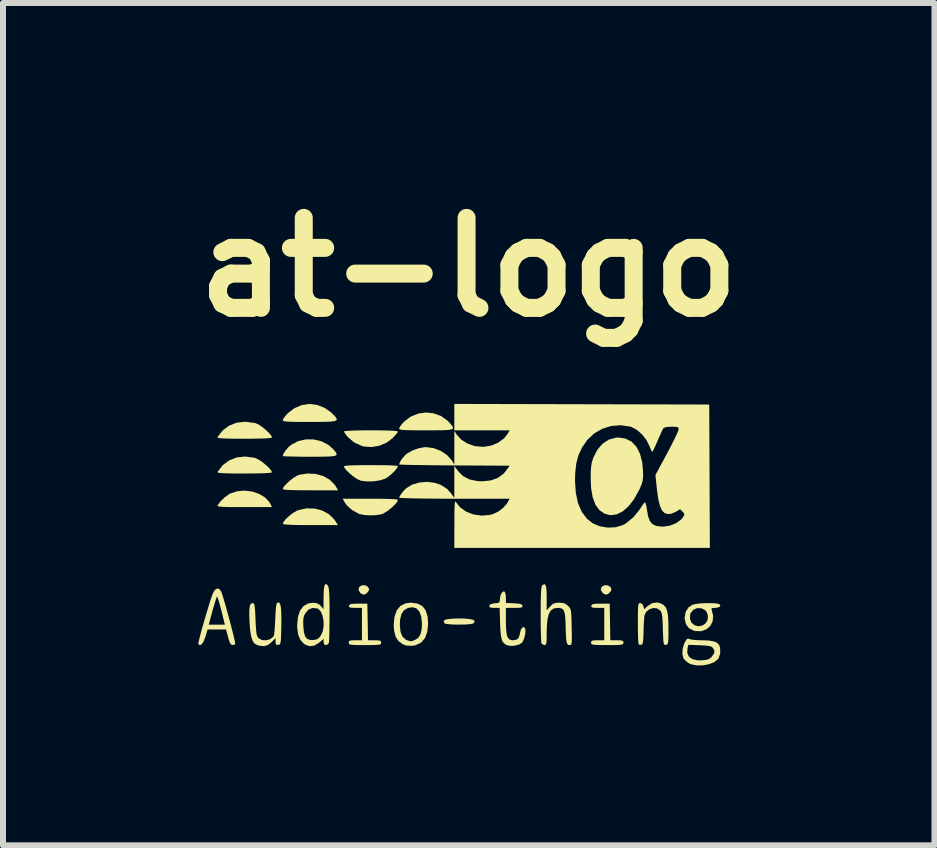
<source format=kicad_pcb>
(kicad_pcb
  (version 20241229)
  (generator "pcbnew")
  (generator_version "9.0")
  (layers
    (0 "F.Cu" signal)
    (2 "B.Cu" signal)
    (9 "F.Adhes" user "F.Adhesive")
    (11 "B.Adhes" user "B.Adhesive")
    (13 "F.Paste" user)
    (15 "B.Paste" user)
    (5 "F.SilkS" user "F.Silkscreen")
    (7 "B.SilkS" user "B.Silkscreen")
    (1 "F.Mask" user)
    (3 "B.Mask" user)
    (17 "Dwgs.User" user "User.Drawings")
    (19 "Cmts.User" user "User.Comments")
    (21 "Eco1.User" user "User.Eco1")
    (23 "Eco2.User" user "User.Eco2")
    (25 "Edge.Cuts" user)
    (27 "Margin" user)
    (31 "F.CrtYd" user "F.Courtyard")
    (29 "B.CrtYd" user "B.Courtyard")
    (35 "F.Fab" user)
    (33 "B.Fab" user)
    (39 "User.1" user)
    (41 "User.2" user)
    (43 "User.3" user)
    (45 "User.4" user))
  (footprint "at-logo"
    (layer "F.Cu")
    (at 4.764 3.304)
    (property "Reference" "at-logo" (at 0 -1.9 0) (layer "F.SilkS") (effects (font (size 1.5 1.5) (thickness 0.3))))
    (attr board_only exclude_from_pos_files exclude_from_bom)
    (fp_poly (pts (xy -1.722 3.405) (xy -1.68 3.429) (xy -1.66 3.468) (xy -1.66 3.473) (xy -1.676 3.51) (xy -1.712 3.545) (xy -1.75 3.56) (xy -1.75 3.56) (xy -1.785 3.547) (xy -1.809 3.529) (xy -1.838 3.481) (xy -1.827 3.437) (xy -1.816 3.424) (xy -1.772 3.402)) (stroke (width 0) (type solid)) (fill yes) (layer "F.SilkS"))
    (fp_poly (pts (xy 2.318 3.405) (xy 2.36 3.429) (xy 2.38 3.468) (xy 2.38 3.473) (xy 2.364 3.51) (xy 2.328 3.545) (xy 2.29 3.56) (xy 2.29 3.56) (xy 2.255 3.547) (xy 2.231 3.529) (xy 2.202 3.481) (xy 2.213 3.437) (xy 2.224 3.424) (xy 2.268 3.402)) (stroke (width 0) (type solid)) (fill yes) (layer "F.SilkS"))
    (fp_poly (pts (xy -2.567 2.125) (xy -2.441 2.158) (xy -2.331 2.218) (xy -2.245 2.302) (xy -2.233 2.319) (xy -2.179 2.4) (xy -2.64 2.4) (xy -2.806 2.399) (xy -2.936 2.397) (xy -3.029 2.392) (xy -3.084 2.386) (xy -3.1 2.38) (xy -3.084 2.342) (xy -3.043 2.293) (xy -2.985 2.24) (xy -2.92 2.192) (xy -2.857 2.157) (xy -2.836 2.149) (xy -2.702 2.121)) (stroke (width 0) (type solid)) (fill yes) (layer "F.SilkS"))
    (fp_poly (pts (xy -2.552 1.547) (xy -2.426 1.582) (xy -2.317 1.644) (xy -2.233 1.728) (xy -2.214 1.758) (xy -2.178 1.82) (xy -2.639 1.82) (xy -2.8 1.819) (xy -2.923 1.817) (xy -3.012 1.814) (xy -3.069 1.809) (xy -3.096 1.802) (xy -3.1 1.797) (xy -3.085 1.763) (xy -3.044 1.717) (xy -2.989 1.665) (xy -2.927 1.616) (xy -2.868 1.579) (xy -2.83 1.562) (xy -2.69 1.54)) (stroke (width 0) (type solid)) (fill yes) (layer "F.SilkS"))
    (fp_poly (pts (xy -3.608 1.841) (xy -3.493 1.88) (xy -3.396 1.939) (xy -3.324 2.016) (xy -3.31 2.04) (xy -3.279 2.1) (xy -3.74 2.1) (xy -3.887 2.1) (xy -3.999 2.099) (xy -4.08 2.097) (xy -4.135 2.094) (xy -4.167 2.09) (xy -4.183 2.083) (xy -4.186 2.074) (xy -4.182 2.065) (xy -4.138 2.005) (xy -4.073 1.942) (xy -4.002 1.889) (xy -3.97 1.871) (xy -3.855 1.835) (xy -3.732 1.825)) (stroke (width 0) (type solid)) (fill yes) (layer "F.SilkS"))
    (fp_poly (pts (xy -0.084 3.958) (xy -0.004 3.964) (xy 0.057 3.974) (xy 0.091 3.988) (xy 0.094 3.992) (xy 0.096 4.019) (xy 0.077 4.039) (xy 0.03 4.051) (xy -0.047 4.057) (xy -0.159 4.059) (xy -0.16 4.059) (xy -0.25 4.058) (xy -0.326 4.053) (xy -0.38 4.047) (xy -0.398 4.042) (xy -0.416 4.011) (xy -0.414 3.992) (xy -0.389 3.977) (xy -0.334 3.966) (xy -0.258 3.959) (xy -0.171 3.956)) (stroke (width 0) (type solid)) (fill yes) (layer "F.SilkS"))
    (fp_poly (pts (xy -1.48 1.961) (xy -1.357 1.963) (xy -1.268 1.966) (xy -1.211 1.971) (xy -1.184 1.978) (xy -1.18 1.983) (xy -1.195 2.017) (xy -1.236 2.063) (xy -1.291 2.115) (xy -1.353 2.164) (xy -1.412 2.201) (xy -1.45 2.218) (xy -1.542 2.234) (xy -1.646 2.238) (xy -1.746 2.231) (xy -1.827 2.213) (xy -1.839 2.208) (xy -1.946 2.148) (xy -2.031 2.072) (xy -2.066 2.022) (xy -2.102 1.96) (xy -1.641 1.96)) (stroke (width 0) (type solid)) (fill yes) (layer "F.SilkS"))
    (fp_poly (pts (xy -3.583 1.276) (xy -3.552 1.284) (xy -3.503 1.308) (xy -3.443 1.348) (xy -3.381 1.398) (xy -3.327 1.449) (xy -3.291 1.493) (xy -3.28 1.519) (xy -3.3 1.527) (xy -3.359 1.533) (xy -3.458 1.537) (xy -3.597 1.539) (xy -3.741 1.54) (xy -3.894 1.54) (xy -4.01 1.538) (xy -4.094 1.535) (xy -4.149 1.531) (xy -4.179 1.526) (xy -4.189 1.518) (xy -4.188 1.515) (xy -4.104 1.404) (xy -3.996 1.323) (xy -3.87 1.273) (xy -3.73 1.257)) (stroke (width 0) (type solid)) (fill yes) (layer "F.SilkS"))
    (fp_poly (pts (xy -3.577 0.696) (xy -3.55 0.702) (xy -3.5 0.725) (xy -3.44 0.766) (xy -3.379 0.816) (xy -3.326 0.867) (xy -3.29 0.912) (xy -3.28 0.937) (xy -3.293 0.945) (xy -3.334 0.951) (xy -3.405 0.956) (xy -3.51 0.958) (xy -3.651 0.96) (xy -3.741 0.96) (xy -3.894 0.96) (xy -4.01 0.958) (xy -4.094 0.955) (xy -4.149 0.951) (xy -4.179 0.946) (xy -4.189 0.938) (xy -4.188 0.935) (xy -4.104 0.824) (xy -3.996 0.743) (xy -3.869 0.693) (xy -3.727 0.677)) (stroke (width 0) (type solid)) (fill yes) (layer "F.SilkS"))
    (fp_poly (pts (xy -2.581 0.972) (xy -2.453 1.004) (xy -2.338 1.063) (xy -2.261 1.132) (xy -2.227 1.171) (xy -2.206 1.202) (xy -2.201 1.224) (xy -2.215 1.24) (xy -2.253 1.25) (xy -2.317 1.256) (xy -2.412 1.259) (xy -2.541 1.26) (xy -2.65 1.26) (xy -2.779 1.26) (xy -2.894 1.258) (xy -2.989 1.256) (xy -3.058 1.254) (xy -3.095 1.251) (xy -3.1 1.249) (xy -3.086 1.206) (xy -3.049 1.151) (xy -2.999 1.095) (xy -2.958 1.061) (xy -2.843 1) (xy -2.714 0.971)) (stroke (width 0) (type solid)) (fill yes) (layer "F.SilkS"))
    (fp_poly (pts (xy -1.465 0.821) (xy -1.337 0.824) (xy -1.246 0.828) (xy -1.194 0.834) (xy -1.18 0.841) (xy -1.193 0.864) (xy -1.228 0.906) (xy -1.268 0.949) (xy -1.371 1.027) (xy -1.494 1.078) (xy -1.625 1.099) (xy -1.753 1.089) (xy -1.78 1.081) (xy -1.91 1.022) (xy -2.017 0.931) (xy -2.017 0.93) (xy -2.054 0.884) (xy -2.077 0.849) (xy -2.08 0.839) (xy -2.061 0.833) (xy -2.004 0.828) (xy -1.915 0.824) (xy -1.795 0.821) (xy -1.648 0.82) (xy -1.63 0.82)) (stroke (width 0) (type solid)) (fill yes) (layer "F.SilkS"))
    (fp_poly (pts (xy -0.582 0.537) (xy -0.459 0.583) (xy -0.352 0.659) (xy -0.323 0.69) (xy -0.289 0.73) (xy -0.267 0.761) (xy -0.261 0.784) (xy -0.275 0.8) (xy -0.312 0.81) (xy -0.376 0.816) (xy -0.47 0.819) (xy -0.599 0.82) (xy -0.71 0.82) (xy -0.857 0.82) (xy -0.969 0.819) (xy -1.05 0.816) (xy -1.105 0.813) (xy -1.138 0.807) (xy -1.155 0.8) (xy -1.16 0.79) (xy -1.16 0.789) (xy -1.147 0.76) (xy -1.112 0.714) (xy -1.072 0.67) (xy -0.964 0.59) (xy -0.842 0.541) (xy -0.712 0.523)) (stroke (width 0) (type solid)) (fill yes) (layer "F.SilkS"))
    (fp_poly (pts (xy -2.525 0.397) (xy -2.403 0.445) (xy -2.299 0.517) (xy -2.285 0.53) (xy -2.24 0.575) (xy -2.21 0.611) (xy -2.199 0.637) (xy -2.209 0.656) (xy -2.243 0.668) (xy -2.305 0.675) (xy -2.399 0.679) (xy -2.527 0.68) (xy -2.65 0.68) (xy -2.797 0.68) (xy -2.909 0.679) (xy -2.99 0.676) (xy -3.045 0.673) (xy -3.078 0.667) (xy -3.095 0.66) (xy -3.1 0.65) (xy -3.1 0.649) (xy -3.087 0.62) (xy -3.052 0.574) (xy -3.012 0.531) (xy -2.907 0.452) (xy -2.783 0.399) (xy -2.653 0.38) (xy -2.65 0.38)) (stroke (width 0) (type solid)) (fill yes) (layer "F.SilkS"))
    (fp_poly (pts (xy -1.501 1.401) (xy -1.386 1.402) (xy -1.291 1.405) (xy -1.222 1.409) (xy -1.185 1.413) (xy -1.18 1.415) (xy -1.195 1.448) (xy -1.232 1.495) (xy -1.284 1.547) (xy -1.34 1.593) (xy -1.387 1.624) (xy -1.474 1.653) (xy -1.582 1.67) (xy -1.695 1.673) (xy -1.796 1.66) (xy -1.808 1.656) (xy -1.857 1.634) (xy -1.917 1.594) (xy -1.978 1.545) (xy -2.032 1.494) (xy -2.069 1.45) (xy -2.08 1.424) (xy -2.069 1.415) (xy -2.033 1.409) (xy -1.968 1.405) (xy -1.873 1.402) (xy -1.743 1.4) (xy -1.63 1.4)) (stroke (width 0) (type solid)) (fill yes) (layer "F.SilkS"))
    (fp_poly (pts (xy 2.614 0.958) (xy 2.715 1.009) (xy 2.795 1.093) (xy 2.855 1.209) (xy 2.893 1.354) (xy 2.907 1.516) (xy 2.907 1.597) (xy 2.9 1.66) (xy 2.883 1.719) (xy 2.852 1.792) (xy 2.836 1.825) (xy 2.753 1.973) (xy 2.662 2.089) (xy 2.565 2.173) (xy 2.464 2.222) (xy 2.363 2.235) (xy 2.269 2.212) (xy 2.181 2.153) (xy 2.113 2.062) (xy 2.067 1.939) (xy 2.04 1.781) (xy 2.033 1.61) (xy 2.035 1.499) (xy 2.042 1.416) (xy 2.054 1.349) (xy 2.075 1.285) (xy 2.079 1.273) (xy 2.146 1.142) (xy 2.234 1.041) (xy 2.337 0.974) (xy 2.455 0.943) (xy 2.496 0.94)) (stroke (width 0) (type solid)) (fill yes) (layer "F.SilkS"))
    (fp_poly (pts (xy -1.684 4.015) (xy -1.679 4.32) (xy -1.569 4.32) (xy -1.506 4.322) (xy -1.473 4.329) (xy -1.461 4.346) (xy -1.46 4.36) (xy -1.462 4.376) (xy -1.473 4.387) (xy -1.498 4.394) (xy -1.544 4.398) (xy -1.618 4.4) (xy -1.725 4.4) (xy -1.73 4.4) (xy -1.838 4.4) (xy -1.913 4.398) (xy -1.961 4.394) (xy -1.987 4.388) (xy -1.998 4.377) (xy -2 4.361) (xy -2 4.36) (xy -1.995 4.337) (xy -1.975 4.325) (xy -1.929 4.32) (xy -1.89 4.32) (xy -1.78 4.32) (xy -1.78 4.05) (xy -1.78 3.78) (xy -1.891 3.78) (xy -1.955 3.778) (xy -1.988 3.771) (xy -1.997 3.756) (xy -1.996 3.745) (xy -1.987 3.727) (xy -1.962 3.716) (xy -1.913 3.711) (xy -1.84 3.71) (xy -1.69 3.71)) (stroke (width 0) (type solid)) (fill yes) (layer "F.SilkS"))
    (fp_poly (pts (xy 2.356 4.015) (xy 2.361 4.32) (xy 2.471 4.32) (xy 2.534 4.322) (xy 2.567 4.329) (xy 2.579 4.346) (xy 2.58 4.36) (xy 2.578 4.376) (xy 2.567 4.387) (xy 2.542 4.394) (xy 2.496 4.398) (xy 2.422 4.4) (xy 2.315 4.4) (xy 2.31 4.4) (xy 2.202 4.4) (xy 2.127 4.398) (xy 2.079 4.394) (xy 2.053 4.388) (xy 2.042 4.377) (xy 2.04 4.361) (xy 2.04 4.36) (xy 2.045 4.337) (xy 2.065 4.325) (xy 2.111 4.32) (xy 2.15 4.32) (xy 2.26 4.32) (xy 2.26 4.05) (xy 2.26 3.78) (xy 2.149 3.78) (xy 2.085 3.778) (xy 2.052 3.771) (xy 2.043 3.756) (xy 2.044 3.745) (xy 2.053 3.727) (xy 2.078 3.716) (xy 2.127 3.711) (xy 2.2 3.71) (xy 2.35 3.71)) (stroke (width 0) (type solid)) (fill yes) (layer "F.SilkS"))
    (fp_poly (pts (xy -0.857 3.707) (xy -0.774 3.749) (xy -0.718 3.82) (xy -0.686 3.922) (xy -0.676 4.041) (xy -0.69 4.177) (xy -0.728 4.282) (xy -0.793 4.358) (xy -0.883 4.402) (xy -0.943 4.413) (xy -1.043 4.408) (xy -1.099 4.386) (xy -1.172 4.333) (xy -1.219 4.259) (xy -1.244 4.159) (xy -1.25 4.065) (xy -1.148 4.065) (xy -1.137 4.179) (xy -1.104 4.26) (xy -1.049 4.31) (xy -1.018 4.323) (xy -0.981 4.333) (xy -0.968 4.338) (xy -0.95 4.334) (xy -0.909 4.32) (xy -0.902 4.318) (xy -0.842 4.281) (xy -0.803 4.219) (xy -0.783 4.127) (xy -0.78 4.05) (xy -0.79 3.931) (xy -0.821 3.843) (xy -0.871 3.789) (xy -0.938 3.769) (xy -1.013 3.781) (xy -1.078 3.819) (xy -1.122 3.883) (xy -1.144 3.977) (xy -1.148 4.065) (xy -1.25 4.065) (xy -1.25 4.06) (xy -1.237 3.926) (xy -1.199 3.821) (xy -1.137 3.747) (xy -1.052 3.704) (xy -0.965 3.693)) (stroke (width 0) (type solid)) (fill yes) (layer "F.SilkS"))
    (fp_poly (pts (xy 4.106 3.704) (xy 4.161 3.712) (xy 4.178 3.718) (xy 4.196 3.742) (xy 4.181 3.764) (xy 4.139 3.778) (xy 4.107 3.78) (xy 4.061 3.783) (xy 4.046 3.795) (xy 4.051 3.815) (xy 4.076 3.914) (xy 4.066 4.005) (xy 4.027 4.081) (xy 3.963 4.137) (xy 3.879 4.168) (xy 3.781 4.167) (xy 3.746 4.158) (xy 3.669 4.117) (xy 3.62 4.048) (xy 3.603 3.968) (xy 3.689 3.968) (xy 3.716 4.029) (xy 3.766 4.07) (xy 3.828 4.087) (xy 3.896 4.074) (xy 3.949 4.038) (xy 3.982 3.982) (xy 3.988 3.914) (xy 3.969 3.85) (xy 3.942 3.817) (xy 3.875 3.785) (xy 3.805 3.785) (xy 3.743 3.813) (xy 3.7 3.867) (xy 3.691 3.893) (xy 3.689 3.968) (xy 3.603 3.968) (xy 3.6 3.956) (xy 3.6 3.947) (xy 3.616 3.848) (xy 3.663 3.773) (xy 3.733 3.727) (xy 3.783 3.715) (xy 3.856 3.706) (xy 3.942 3.701) (xy 4.03 3.701)) (stroke (width 0) (type solid)) (fill yes) (layer "F.SilkS"))
    (fp_poly (pts (xy 3.676 4.298) (xy 3.679 4.3) (xy 3.716 4.309) (xy 3.781 4.316) (xy 3.862 4.32) (xy 3.89 4.32) (xy 4.008 4.325) (xy 4.092 4.34) (xy 4.147 4.367) (xy 4.18 4.41) (xy 4.191 4.448) (xy 4.193 4.54) (xy 4.166 4.619) (xy 4.154 4.636) (xy 4.093 4.685) (xy 4.006 4.719) (xy 3.906 4.738) (xy 3.804 4.739) (xy 3.712 4.722) (xy 3.666 4.701) (xy 3.618 4.664) (xy 3.583 4.626) (xy 3.581 4.622) (xy 3.562 4.55) (xy 3.563 4.532) (xy 3.643 4.532) (xy 3.672 4.595) (xy 3.732 4.636) (xy 3.823 4.655) (xy 3.888 4.654) (xy 3.961 4.647) (xy 4.007 4.632) (xy 4.043 4.604) (xy 4.053 4.592) (xy 4.09 4.54) (xy 4.097 4.498) (xy 4.074 4.452) (xy 4.072 4.449) (xy 4.052 4.43) (xy 4.021 4.418) (xy 3.97 4.41) (xy 3.89 4.405) (xy 3.852 4.403) (xy 3.662 4.396) (xy 3.648 4.451) (xy 3.643 4.532) (xy 3.563 4.532) (xy 3.567 4.462) (xy 3.594 4.372) (xy 3.601 4.359) (xy 3.628 4.31) (xy 3.651 4.292)) (stroke (width 0) (type solid)) (fill yes) (layer "F.SilkS"))
    (fp_poly (pts (xy -4.157 3.466) (xy -4.124 3.512) (xy -4.123 3.515) (xy -4.107 3.561) (xy -4.085 3.634) (xy -4.058 3.727) (xy -4.028 3.833) (xy -3.997 3.946) (xy -3.967 4.059) (xy -3.94 4.164) (xy -3.917 4.256) (xy -3.901 4.328) (xy -3.892 4.372) (xy -3.892 4.383) (xy -3.918 4.398) (xy -3.939 4.4) (xy -3.962 4.39) (xy -3.983 4.357) (xy -4.005 4.292) (xy -4.011 4.27) (xy -4.046 4.14) (xy -4.199 4.14) (xy -4.353 4.14) (xy -4.391 4.265) (xy -4.421 4.342) (xy -4.453 4.389) (xy -4.484 4.402) (xy -4.508 4.383) (xy -4.506 4.36) (xy -4.493 4.305) (xy -4.473 4.226) (xy -4.447 4.128) (xy -4.427 4.06) (xy -4.334 4.06) (xy -4.199 4.06) (xy -4.065 4.06) (xy -4.125 3.819) (xy -4.149 3.729) (xy -4.17 3.656) (xy -4.187 3.608) (xy -4.197 3.59) (xy -4.197 3.591) (xy -4.207 3.614) (xy -4.224 3.667) (xy -4.247 3.743) (xy -4.272 3.831) (xy -4.334 4.06) (xy -4.427 4.06) (xy -4.416 4.019) (xy -4.383 3.905) (xy -4.349 3.794) (xy -4.318 3.691) (xy -4.289 3.604) (xy -4.268 3.545) (xy -4.235 3.484) (xy -4.195 3.458)) (stroke (width 0) (type solid)) (fill yes) (layer "F.SilkS"))
    (fp_poly (pts (xy -3.145 3.712) (xy -3.133 3.759) (xy -3.126 3.836) (xy -3.123 3.945) (xy -3.124 4.075) (xy -3.127 4.193) (xy -3.129 4.278) (xy -3.133 4.334) (xy -3.139 4.368) (xy -3.148 4.386) (xy -3.162 4.394) (xy -3.175 4.396) (xy -3.207 4.395) (xy -3.219 4.369) (xy -3.22 4.343) (xy -3.22 4.284) (xy -3.288 4.352) (xy -3.349 4.4) (xy -3.414 4.418) (xy -3.495 4.409) (xy -3.519 4.402) (xy -3.565 4.379) (xy -3.6 4.336) (xy -3.624 4.268) (xy -3.642 4.169) (xy -3.653 4.037) (xy -3.658 3.908) (xy -3.658 3.815) (xy -3.65 3.752) (xy -3.635 3.716) (xy -3.612 3.701) (xy -3.603 3.7) (xy -3.588 3.703) (xy -3.577 3.718) (xy -3.569 3.749) (xy -3.563 3.803) (xy -3.558 3.886) (xy -3.555 3.973) (xy -3.549 4.085) (xy -3.543 4.165) (xy -3.536 4.219) (xy -3.525 4.254) (xy -3.511 4.278) (xy -3.503 4.285) (xy -3.448 4.316) (xy -3.38 4.321) (xy -3.313 4.303) (xy -3.262 4.265) (xy -3.248 4.242) (xy -3.242 4.211) (xy -3.236 4.148) (xy -3.23 4.063) (xy -3.225 3.964) (xy -3.225 3.956) (xy -3.219 3.843) (xy -3.213 3.765) (xy -3.204 3.717) (xy -3.192 3.694) (xy -3.188 3.692) (xy -3.164 3.691)) (stroke (width 0) (type solid)) (fill yes) (layer "F.SilkS"))
    (fp_poly (pts (xy 3.206 3.707) (xy 3.251 3.733) (xy 3.284 3.77) (xy 3.307 3.824) (xy 3.321 3.901) (xy 3.328 4.007) (xy 3.33 4.13) (xy 3.33 4.236) (xy 3.328 4.309) (xy 3.324 4.355) (xy 3.317 4.38) (xy 3.305 4.392) (xy 3.287 4.396) (xy 3.287 4.396) (xy 3.27 4.397) (xy 3.258 4.389) (xy 3.25 4.367) (xy 3.245 4.325) (xy 3.241 4.256) (xy 3.237 4.154) (xy 3.237 4.133) (xy 3.233 4.02) (xy 3.228 3.94) (xy 3.22 3.886) (xy 3.21 3.85) (xy 3.195 3.826) (xy 3.191 3.822) (xy 3.137 3.787) (xy 3.072 3.783) (xy 3.008 3.805) (xy 2.956 3.85) (xy 2.93 3.906) (xy 2.926 3.943) (xy 2.921 4.011) (xy 2.917 4.097) (xy 2.915 4.17) (xy 2.912 4.269) (xy 2.907 4.335) (xy 2.899 4.374) (xy 2.888 4.392) (xy 2.879 4.395) (xy 2.843 4.393) (xy 2.834 4.387) (xy 2.829 4.364) (xy 2.825 4.307) (xy 2.822 4.224) (xy 2.82 4.121) (xy 2.82 4.037) (xy 2.82 3.913) (xy 2.821 3.825) (xy 2.824 3.765) (xy 2.829 3.728) (xy 2.837 3.708) (xy 2.848 3.701) (xy 2.86 3.7) (xy 2.897 3.718) (xy 2.912 3.751) (xy 2.925 3.803) (xy 2.978 3.754) (xy 3.057 3.702) (xy 3.141 3.69)) (stroke (width 0) (type solid)) (fill yes) (layer "F.SilkS"))
    (fp_poly (pts (xy 0.597 3.508) (xy 0.611 3.535) (xy 0.619 3.587) (xy 0.62 3.61) (xy 0.62 3.698) (xy 0.755 3.704) (xy 0.829 3.709) (xy 0.872 3.718) (xy 0.892 3.733) (xy 0.896 3.745) (xy 0.895 3.763) (xy 0.878 3.774) (xy 0.836 3.779) (xy 0.763 3.78) (xy 0.761 3.78) (xy 0.62 3.78) (xy 0.62 4.006) (xy 0.623 4.128) (xy 0.632 4.215) (xy 0.649 4.272) (xy 0.677 4.305) (xy 0.716 4.319) (xy 0.736 4.32) (xy 0.797 4.311) (xy 0.832 4.28) (xy 0.852 4.22) (xy 0.854 4.201) (xy 0.87 4.143) (xy 0.894 4.107) (xy 0.921 4.101) (xy 0.939 4.118) (xy 0.947 4.16) (xy 0.941 4.222) (xy 0.924 4.289) (xy 0.9 4.344) (xy 0.885 4.364) (xy 0.833 4.394) (xy 0.761 4.411) (xy 0.685 4.413) (xy 0.629 4.398) (xy 0.591 4.374) (xy 0.564 4.34) (xy 0.546 4.29) (xy 0.534 4.218) (xy 0.526 4.116) (xy 0.523 4.035) (xy 0.516 3.78) (xy 0.427 3.78) (xy 0.371 3.777) (xy 0.346 3.767) (xy 0.344 3.746) (xy 0.344 3.745) (xy 0.362 3.72) (xy 0.408 3.707) (xy 0.435 3.704) (xy 0.488 3.698) (xy 0.513 3.684) (xy 0.52 3.653) (xy 0.52 3.633) (xy 0.528 3.575) (xy 0.55 3.529) (xy 0.577 3.506)) (stroke (width 0) (type solid)) (fill yes) (layer "F.SilkS"))
    (fp_poly (pts (xy -2.37 3.386) (xy -2.347 3.411) (xy -2.338 3.433) (xy -2.331 3.475) (xy -2.325 3.539) (xy -2.322 3.631) (xy -2.32 3.755) (xy -2.32 3.892) (xy -2.321 4.023) (xy -2.322 4.142) (xy -2.324 4.241) (xy -2.327 4.317) (xy -2.331 4.361) (xy -2.332 4.368) (xy -2.36 4.395) (xy -2.382 4.4) (xy -2.412 4.388) (xy -2.42 4.348) (xy -2.42 4.296) (xy -2.491 4.358) (xy -2.571 4.408) (xy -2.652 4.419) (xy -2.73 4.391) (xy -2.75 4.377) (xy -2.808 4.311) (xy -2.844 4.223) (xy -2.859 4.107) (xy -2.86 4.066) (xy -2.853 3.999) (xy -2.759 3.999) (xy -2.757 4.081) (xy -2.757 4.083) (xy -2.747 4.188) (xy -2.726 4.258) (xy -2.691 4.299) (xy -2.638 4.316) (xy -2.592 4.316) (xy -2.531 4.305) (xy -2.49 4.274) (xy -2.466 4.242) (xy -2.434 4.171) (xy -2.419 4.086) (xy -2.42 3.997) (xy -2.436 3.912) (xy -2.465 3.843) (xy -2.505 3.798) (xy -2.527 3.789) (xy -2.608 3.782) (xy -2.672 3.81) (xy -2.716 3.86) (xy -2.741 3.902) (xy -2.754 3.944) (xy -2.759 3.999) (xy -2.853 3.999) (xy -2.847 3.93) (xy -2.811 3.824) (xy -2.752 3.748) (xy -2.672 3.705) (xy -2.596 3.695) (xy -2.531 3.702) (xy -2.485 3.729) (xy -2.466 3.748) (xy -2.42 3.802) (xy -2.42 3.602) (xy -2.417 3.492) (xy -2.408 3.42) (xy -2.393 3.385)) (stroke (width 0) (type solid)) (fill yes) (layer "F.SilkS"))
    (fp_poly (pts (xy 1.278 3.394) (xy 1.291 3.432) (xy 1.298 3.503) (xy 1.3 3.61) (xy 1.3 3.611) (xy 1.3 3.821) (xy 1.357 3.757) (xy 1.4 3.716) (xy 1.444 3.698) (xy 1.508 3.693) (xy 1.577 3.699) (xy 1.625 3.72) (xy 1.656 3.747) (xy 1.677 3.769) (xy 1.692 3.792) (xy 1.702 3.822) (xy 1.708 3.867) (xy 1.712 3.933) (xy 1.715 4.029) (xy 1.716 4.1) (xy 1.719 4.216) (xy 1.719 4.297) (xy 1.717 4.35) (xy 1.712 4.38) (xy 1.704 4.395) (xy 1.69 4.4) (xy 1.682 4.4) (xy 1.66 4.397) (xy 1.644 4.382) (xy 1.633 4.352) (xy 1.625 4.3) (xy 1.62 4.22) (xy 1.616 4.107) (xy 1.616 4.073) (xy 1.611 3.959) (xy 1.602 3.878) (xy 1.586 3.826) (xy 1.56 3.796) (xy 1.522 3.782) (xy 1.481 3.78) (xy 1.417 3.79) (xy 1.369 3.824) (xy 1.334 3.884) (xy 1.313 3.974) (xy 1.302 4.098) (xy 1.3 4.195) (xy 1.299 4.288) (xy 1.297 4.347) (xy 1.291 4.381) (xy 1.28 4.396) (xy 1.263 4.4) (xy 1.262 4.4) (xy 1.225 4.385) (xy 1.212 4.368) (xy 1.209 4.34) (xy 1.206 4.278) (xy 1.203 4.188) (xy 1.201 4.076) (xy 1.2 3.949) (xy 1.2 3.881) (xy 1.2 3.729) (xy 1.202 3.613) (xy 1.205 3.528) (xy 1.209 3.468) (xy 1.215 3.43) (xy 1.223 3.408) (xy 1.229 3.401) (xy 1.258 3.385)) (stroke (width 0) (type solid)) (fill yes) (layer "F.SilkS"))
    (fp_poly (pts (xy 1.885 0.385) (xy 4.01 0.39) (xy 4.015 1.585) (xy 4.02 2.78) (xy 1.89 2.78) (xy -0.24 2.78) (xy -0.239 2.375) (xy -0.239 2.234) (xy -0.237 2.129) (xy -0.234 2.058) (xy -0.229 2.018) (xy -0.223 2.004) (xy -0.217 2.01) (xy -0.143 2.104) (xy -0.042 2.176) (xy 0.078 2.222) (xy 0.211 2.242) (xy 0.347 2.231) (xy 0.402 2.217) (xy 0.487 2.178) (xy 0.57 2.116) (xy 0.634 2.046) (xy 0.651 2.018) (xy 0.681 1.96) (xy -0.239 1.96) (xy -0.427 1.96) (xy -0.602 1.959) (xy -0.76 1.957) (xy -0.897 1.955) (xy -1.01 1.952) (xy -1.094 1.949) (xy -1.145 1.946) (xy -1.16 1.943) (xy -1.148 1.915) (xy -1.118 1.871) (xy -1.08 1.824) (xy -1.043 1.786) (xy -1.04 1.784) (xy -0.943 1.725) (xy -0.824 1.69) (xy -0.695 1.679) (xy -0.566 1.695) (xy -0.466 1.729) (xy -0.36 1.797) (xy -0.301 1.862) (xy -0.24 1.946) (xy -0.24 1.68) (xy -0.24 1.414) (xy -0.182 1.494) (xy -0.096 1.582) (xy 0.013 1.639) (xy 0.148 1.667) (xy 0.22 1.67) (xy 0.325 1.66) (xy 1.772 1.66) (xy 1.785 1.862) (xy 1.823 2.036) (xy 1.886 2.181) (xy 1.973 2.296) (xy 2.071 2.372) (xy 2.189 2.421) (xy 2.318 2.442) (xy 2.448 2.436) (xy 2.567 2.401) (xy 2.621 2.372) (xy 2.748 2.266) (xy 2.855 2.133) (xy 2.873 2.105) (xy 2.905 2.056) (xy 2.931 2.025) (xy 2.94 2.02) (xy 2.95 2.038) (xy 2.962 2.085) (xy 2.97 2.135) (xy 2.99 2.252) (xy 3.021 2.334) (xy 3.066 2.387) (xy 3.132 2.416) (xy 3.222 2.425) (xy 3.244 2.425) (xy 3.353 2.41) (xy 3.455 2.369) (xy 3.538 2.31) (xy 3.573 2.268) (xy 3.594 2.23) (xy 3.589 2.203) (xy 3.565 2.176) (xy 3.523 2.135) (xy 3.452 2.179) (xy 3.371 2.212) (xy 3.316 2.216) (xy 3.264 2.198) (xy 3.221 2.154) (xy 3.188 2.079) (xy 3.161 1.971) (xy 3.14 1.827) (xy 3.137 1.797) (xy 3.113 1.565) (xy 3.307 1.205) (xy 3.365 1.094) (xy 3.417 0.992) (xy 3.458 0.907) (xy 3.487 0.842) (xy 3.5 0.806) (xy 3.5 0.803) (xy 3.496 0.779) (xy 3.479 0.766) (xy 3.438 0.761) (xy 3.382 0.76) (xy 3.308 0.764) (xy 3.259 0.776) (xy 3.246 0.785) (xy 3.23 0.813) (xy 3.204 0.869) (xy 3.171 0.944) (xy 3.149 0.995) (xy 3.115 1.072) (xy 3.086 1.134) (xy 3.066 1.172) (xy 3.059 1.18) (xy 3.047 1.163) (xy 3.027 1.119) (xy 3.01 1.075) (xy 2.96 0.977) (xy 2.887 0.885) (xy 2.801 0.811) (xy 2.713 0.764) (xy 2.697 0.759) (xy 2.538 0.735) (xy 2.38 0.747) (xy 2.229 0.793) (xy 2.093 0.871) (xy 1.979 0.978) (xy 1.975 0.984) (xy 1.891 1.104) (xy 1.831 1.231) (xy 1.793 1.373) (xy 1.775 1.539) (xy 1.772 1.66) (xy 0.325 1.66) (xy 0.366 1.656) (xy 0.486 1.613) (xy 0.583 1.541) (xy 0.623 1.492) (xy 0.683 1.41) (xy -0.239 1.405) (xy -0.426 1.404) (xy -0.601 1.402) (xy -0.759 1.4) (xy -0.896 1.398) (xy -1.009 1.396) (xy -1.093 1.393) (xy -1.145 1.391) (xy -1.16 1.389) (xy -1.146 1.348) (xy -1.112 1.295) (xy -1.066 1.241) (xy -1.031 1.209) (xy -0.944 1.159) (xy -0.84 1.121) (xy -0.737 1.101) (xy -0.71 1.1) (xy -0.585 1.117) (xy -0.465 1.163) (xy -0.36 1.234) (xy -0.281 1.322) (xy -0.277 1.329) (xy -0.24 1.39) (xy -0.24 1.11) (xy -0.239 0.83) (xy -0.199 0.893) (xy -0.124 0.975) (xy -0.021 1.041) (xy 0.1 1.083) (xy 0.107 1.084) (xy 0.241 1.096) (xy 0.371 1.076) (xy 0.49 1.027) (xy 0.589 0.954) (xy 0.644 0.885) (xy 0.684 0.82) (xy 0.222 0.82) (xy -0.24 0.82) (xy -0.24 0.6) (xy -0.24 0.38)) (stroke (width 0) (type solid)) (fill yes) (layer "F.SilkS")))
  (gr_rect
    (start -3 -3)
    (end 12.529 11.043)
    (stroke (width 0.1) (type default))
    (fill no)
    (layer "Edge.Cuts")))
</source>
